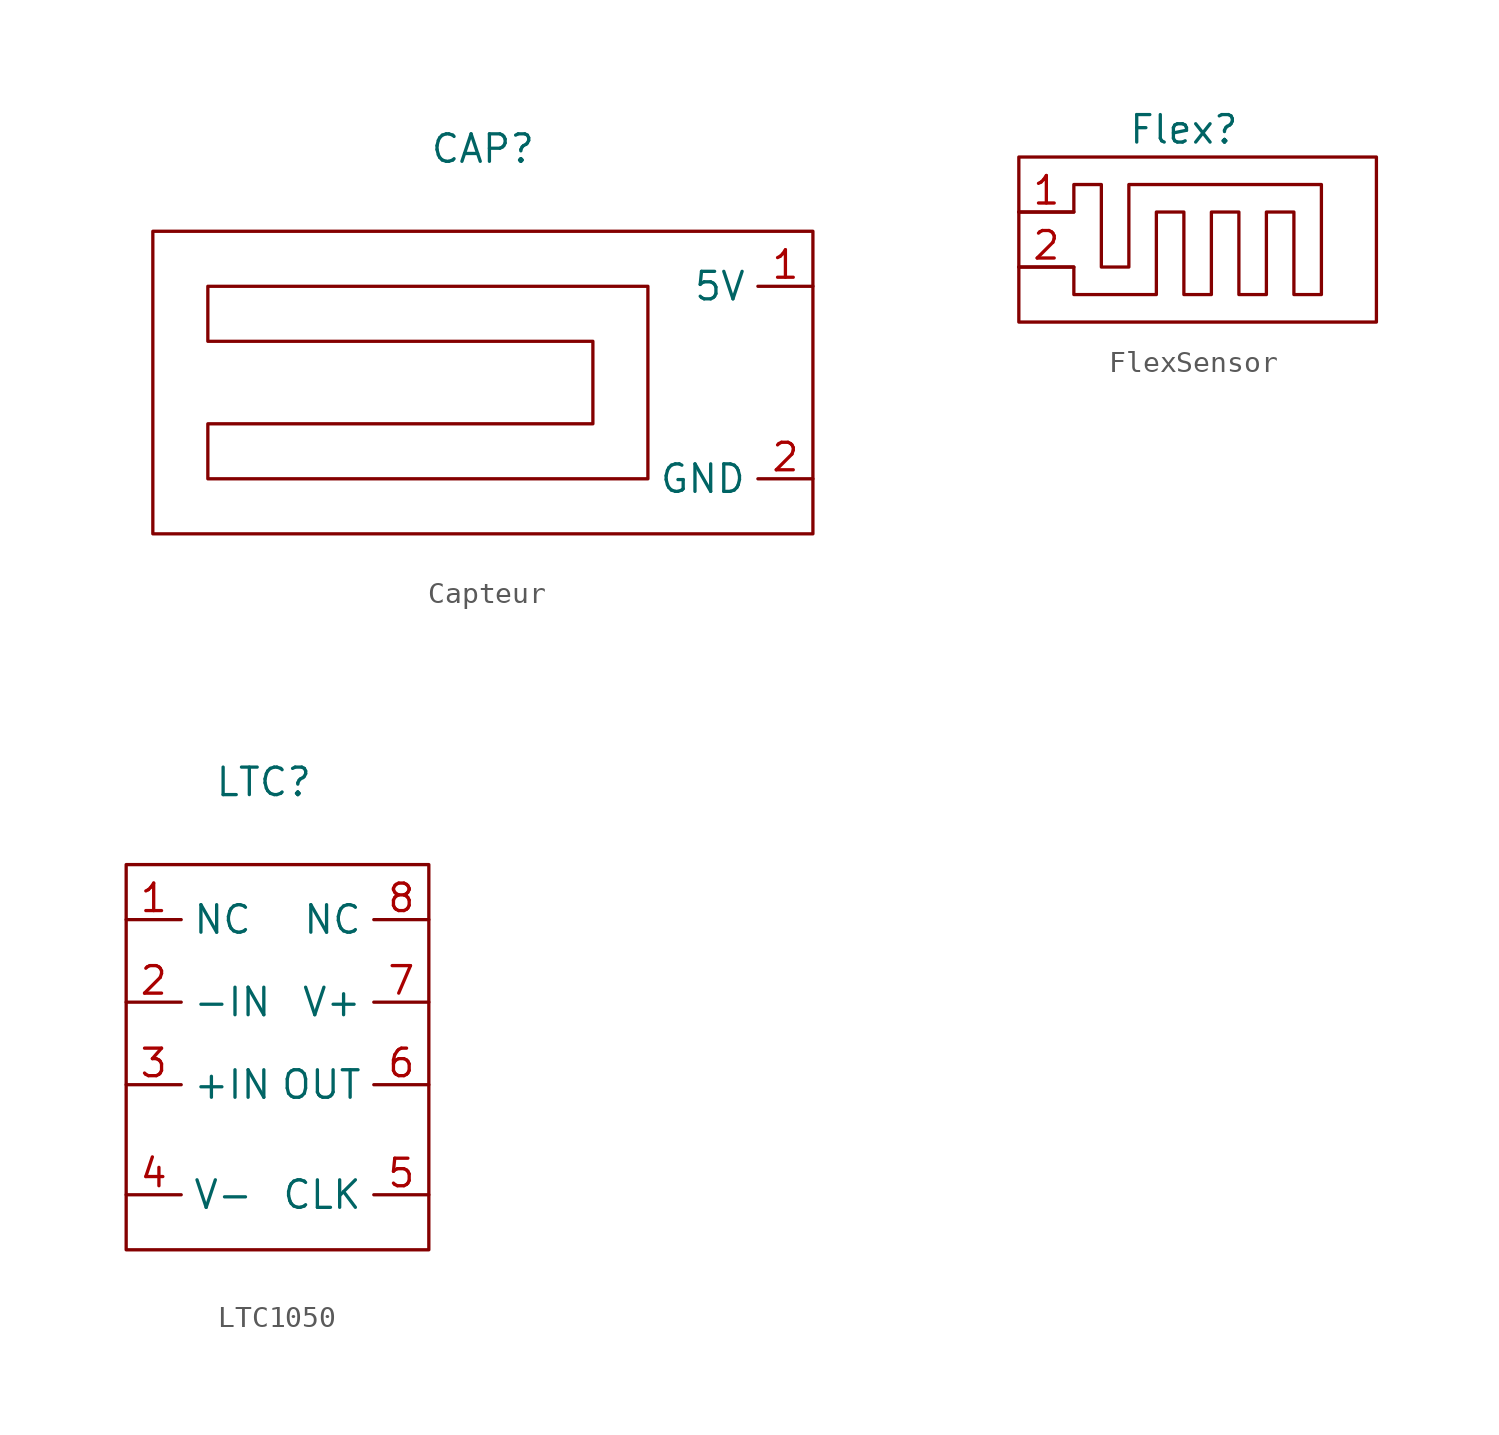
<source format=kicad_sym>
(kicad_symbol_lib
  (version 20231120)
  (generator "kicad_symbol_editor")
  (generator_version "8.0")
  (symbol "Capteur"
    (property "Reference" "CAP"
      (at 0 0 0)
      (effects (font (size 1.27 1.27))))
    (property "Value" ""
      (at 0 0 0)
      (effects (font (size 1.27 1.27))))
    (symbol "Capteur_0_1"
      (rectangle (start -15.24 -3.81) (end 15.24 -17.78) (stroke (width 0) (type default)) (fill (type none)))
      (polyline (pts (xy -12.7 -6.35) (xy 7.62 -6.35) (xy 7.62 -15.24) (xy -12.7 -15.24) (xy -12.7 -12.7) (xy 5.08 -12.7) (xy 5.08 -8.89) (xy -12.7 -8.89) (xy -12.7 -6.35)) (stroke (width 0) (type default)) (fill (type none))))
    (symbol "Capteur_1_1"
      (pin passive line (at 15.24 -6.35 180) (length 2.54) (name "5V" (effects (font (size 1.27 1.27)))) (number "1" (effects (font (size 1.27 1.27)))))
      (pin passive line (at 15.24 -15.24 180) (length 2.54) (name "GND" (effects (font (size 1.27 1.27)))) (number "2" (effects (font (size 1.27 1.27)))))))
  (symbol "FlexSensor"
    (property "Reference" "Flex"
      (at 0 5.08 0)
      (effects (font (size 1.27 1.27))))
    (property "Value" ""
      (at 0 0 0)
      (effects (font (size 1.27 1.27))))
    (symbol "FlexSensor_0_1"
      (rectangle (start -7.62 3.81) (end 8.89 -3.81) (stroke (width 0) (type default)) (fill (type none)))
      (polyline (pts (xy -7.62 1.27) (xy -5.08 1.27) (xy -5.08 2.54) (xy -3.81 2.54) (xy -3.81 -1.27) (xy -2.54 -1.27) (xy -2.54 2.54) (xy -1.27 2.54) (xy 6.35 2.54) (xy 6.35 -2.54) (xy 5.08 -2.54) (xy 5.08 1.27) (xy 3.81 1.27) (xy 3.81 -2.54) (xy 2.54 -2.54) (xy 2.54 1.27) (xy 1.27 1.27) (xy 1.27 -2.54) (xy 0 -2.54) (xy 0 1.27) (xy -1.27 1.27) (xy -1.27 -2.54) (xy -5.08 -2.54) (xy -5.08 -1.27) (xy -7.62 -1.27)) (stroke (width 0) (type default)) (fill (type none))))
    (symbol "FlexSensor_1_1"
      (pin passive line (at -7.62 1.27 0) (length 2.54) (name "" (effects (font (size 1.27 1.27)))) (number "1" (effects (font (size 1.27 1.27)))))
      (pin passive line (at -7.62 -1.27 0) (length 2.54) (name "" (effects (font (size 1.27 1.27)))) (number "2" (effects (font (size 1.27 1.27)))))))
  (symbol "LTC1050"
    (property "Reference" "LTC"
      (at 0 0 0)
      (effects (font (size 1.27 1.27))))
    (property "Value" ""
      (at 0 0 0)
      (effects (font (size 1.27 1.27))))
    (symbol "LTC1050_0_1"
      (rectangle (start -6.35 -3.81) (end 7.62 -21.59) (stroke (width 0) (type default)) (fill (type none))))
    (symbol "LTC1050_1_1"
      (pin passive line (at -6.35 -6.35 0) (length 2.54) (name "NC" (effects (font (size 1.27 1.27)))) (number "1" (effects (font (size 1.27 1.27)))))
      (pin passive line (at -6.35 -10.16 0) (length 2.54) (name "-IN" (effects (font (size 1.27 1.27)))) (number "2" (effects (font (size 1.27 1.27)))))
      (pin passive line (at -6.35 -13.97 0) (length 2.54) (name "+IN" (effects (font (size 1.27 1.27)))) (number "3" (effects (font (size 1.27 1.27)))))
      (pin passive line (at -6.35 -19.05 0) (length 2.54) (name "V-" (effects (font (size 1.27 1.27)))) (number "4" (effects (font (size 1.27 1.27)))))
      (pin passive line (at 7.62 -19.05 180) (length 2.54) (name "CLK" (effects (font (size 1.27 1.27)))) (number "5" (effects (font (size 1.27 1.27)))))
      (pin passive line (at 7.62 -13.97 180) (length 2.54) (name "OUT" (effects (font (size 1.27 1.27)))) (number "6" (effects (font (size 1.27 1.27)))))
      (pin passive line (at 7.62 -10.16 180) (length 2.54) (name "V+" (effects (font (size 1.27 1.27)))) (number "7" (effects (font (size 1.27 1.27)))))
      (pin passive line (at 7.62 -6.35 180) (length 2.54) (name "NC" (effects (font (size 1.27 1.27)))) (number "8" (effects (font (size 1.27 1.27))))))))
</source>
